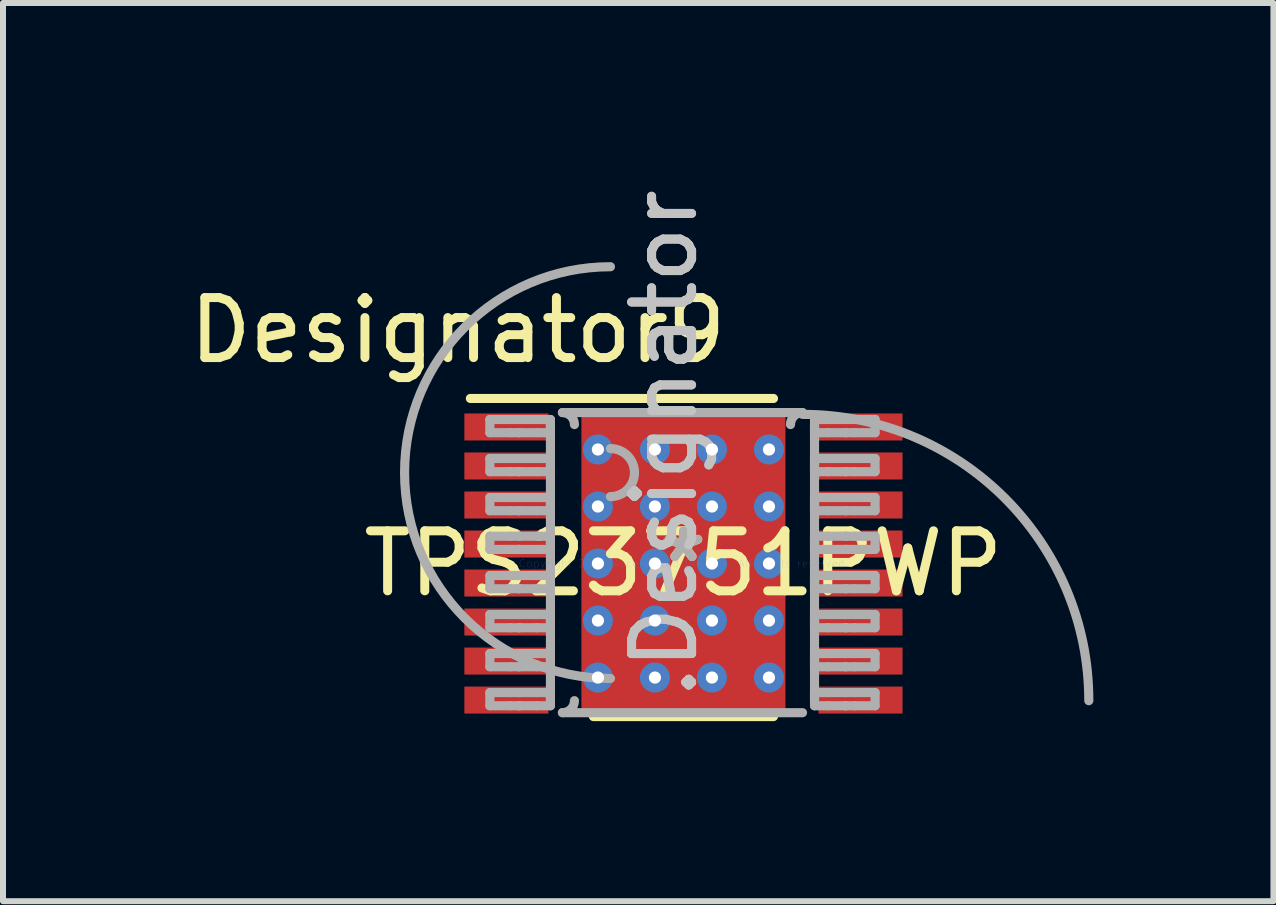
<source format=kicad_pcb>
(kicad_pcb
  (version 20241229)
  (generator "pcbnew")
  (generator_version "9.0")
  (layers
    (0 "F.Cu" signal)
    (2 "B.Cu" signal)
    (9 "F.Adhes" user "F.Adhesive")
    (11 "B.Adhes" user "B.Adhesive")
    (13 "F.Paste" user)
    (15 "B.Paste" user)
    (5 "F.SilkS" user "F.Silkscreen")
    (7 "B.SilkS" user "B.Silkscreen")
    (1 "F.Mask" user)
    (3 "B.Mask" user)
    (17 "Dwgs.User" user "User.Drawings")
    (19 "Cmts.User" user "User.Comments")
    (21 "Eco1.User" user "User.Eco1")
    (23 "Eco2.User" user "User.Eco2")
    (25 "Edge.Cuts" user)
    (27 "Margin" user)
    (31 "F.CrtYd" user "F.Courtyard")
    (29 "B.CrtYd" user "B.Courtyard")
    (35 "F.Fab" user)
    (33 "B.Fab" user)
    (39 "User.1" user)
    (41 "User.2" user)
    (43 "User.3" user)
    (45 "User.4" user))
  (footprint "TPS23751PWP"
    (layer "F.Cu")
    (at 8.337 6.339)
    (property "Reference" "TPS23751PWP" (at 0 0 0) (layer "F.SilkS") (effects (font (size 1 1) (thickness 0.15))))
    (attr through_hole)
    (fp_line (start -1.23 -1.726) (end -1.229 -1.735) (stroke (width 0.152) (type solid)) (layer "F.Mask"))
    (fp_line (start -1.23 1.726) (end -1.23 -1.726) (stroke (width 0.152) (type solid)) (layer "F.Mask"))
    (fp_line (start -1.229 -1.735) (end -1.226 -1.745) (stroke (width 0.152) (type solid)) (layer "F.Mask"))
    (fp_line (start -1.229 1.735) (end -1.23 1.726) (stroke (width 0.152) (type solid)) (layer "F.Mask"))
    (fp_line (start -1.226 -1.745) (end -1.222 -1.753) (stroke (width 0.152) (type solid)) (layer "F.Mask"))
    (fp_line (start -1.226 1.745) (end -1.229 1.735) (stroke (width 0.152) (type solid)) (layer "F.Mask"))
    (fp_line (start -1.222 -1.753) (end -1.216 -1.761) (stroke (width 0.152) (type solid)) (layer "F.Mask"))
    (fp_line (start -1.222 1.753) (end -1.226 1.745) (stroke (width 0.152) (type solid)) (layer "F.Mask"))
    (fp_line (start -1.216 -1.761) (end -1.208 -1.767) (stroke (width 0.152) (type solid)) (layer "F.Mask"))
    (fp_line (start -1.216 1.761) (end -1.222 1.753) (stroke (width 0.152) (type solid)) (layer "F.Mask"))
    (fp_line (start -1.208 -1.767) (end -1.2 -1.771) (stroke (width 0.152) (type solid)) (layer "F.Mask"))
    (fp_line (start -1.208 1.767) (end -1.216 1.761) (stroke (width 0.152) (type solid)) (layer "F.Mask"))
    (fp_line (start -1.2 -1.771) (end -1.19 -1.774) (stroke (width 0.152) (type solid)) (layer "F.Mask"))
    (fp_line (start -1.2 1.771) (end -1.208 1.767) (stroke (width 0.152) (type solid)) (layer "F.Mask"))
    (fp_line (start -1.19 -1.774) (end -1.181 -1.775) (stroke (width 0.152) (type solid)) (layer "F.Mask"))
    (fp_line (start -1.19 1.774) (end -1.2 1.771) (stroke (width 0.152) (type solid)) (layer "F.Mask"))
    (fp_line (start -1.181 -1.775) (end 1.181 -1.775) (stroke (width 0.152) (type solid)) (layer "F.Mask"))
    (fp_line (start -1.181 1.775) (end -1.19 1.774) (stroke (width 0.152) (type solid)) (layer "F.Mask"))
    (fp_line (start 1.181 -1.775) (end 1.19 -1.774) (stroke (width 0.152) (type solid)) (layer "F.Mask"))
    (fp_line (start 1.181 1.775) (end -1.181 1.775) (stroke (width 0.152) (type solid)) (layer "F.Mask"))
    (fp_line (start 1.19 -1.774) (end 1.2 -1.771) (stroke (width 0.152) (type solid)) (layer "F.Mask"))
    (fp_line (start 1.19 1.774) (end 1.181 1.775) (stroke (width 0.152) (type solid)) (layer "F.Mask"))
    (fp_line (start 1.2 -1.771) (end 1.208 -1.767) (stroke (width 0.152) (type solid)) (layer "F.Mask"))
    (fp_line (start 1.2 1.771) (end 1.19 1.774) (stroke (width 0.152) (type solid)) (layer "F.Mask"))
    (fp_line (start 1.208 -1.767) (end 1.216 -1.761) (stroke (width 0.152) (type solid)) (layer "F.Mask"))
    (fp_line (start 1.208 1.767) (end 1.2 1.771) (stroke (width 0.152) (type solid)) (layer "F.Mask"))
    (fp_line (start 1.216 -1.761) (end 1.222 -1.753) (stroke (width 0.152) (type solid)) (layer "F.Mask"))
    (fp_line (start 1.216 1.761) (end 1.208 1.767) (stroke (width 0.152) (type solid)) (layer "F.Mask"))
    (fp_line (start 1.222 -1.753) (end 1.226 -1.745) (stroke (width 0.152) (type solid)) (layer "F.Mask"))
    (fp_line (start 1.222 1.753) (end 1.216 1.761) (stroke (width 0.152) (type solid)) (layer "F.Mask"))
    (fp_line (start 1.226 -1.745) (end 1.229 -1.735) (stroke (width 0.152) (type solid)) (layer "F.Mask"))
    (fp_line (start 1.226 1.745) (end 1.222 1.753) (stroke (width 0.152) (type solid)) (layer "F.Mask"))
    (fp_line (start 1.229 -1.735) (end 1.23 -1.726) (stroke (width 0.152) (type solid)) (layer "F.Mask"))
    (fp_line (start 1.229 1.735) (end 1.226 1.745) (stroke (width 0.152) (type solid)) (layer "F.Mask"))
    (fp_line (start 1.23 -1.726) (end 1.23 1.726) (stroke (width 0.152) (type solid)) (layer "F.Mask"))
    (fp_line (start 1.23 1.726) (end 1.229 1.735) (stroke (width 0.152) (type solid)) (layer "F.Mask"))
    (fp_line (start -3.55 -2.75) (end 1.5 -2.75) (stroke (width 0.152) (type solid)) (layer "F.SilkS"))
    (fp_line (start -1.5 2.55) (end 1.5 2.55) (stroke (width 0.152) (type solid)) (layer "F.SilkS"))
    (fp_line (start -1.23 -1.726) (end -1.229 -1.735) (stroke (width 0.152) (type solid)) (layer "F.Paste"))
    (fp_line (start -1.23 1.726) (end -1.23 -1.726) (stroke (width 0.152) (type solid)) (layer "F.Paste"))
    (fp_line (start -1.229 -1.735) (end -1.226 -1.745) (stroke (width 0.152) (type solid)) (layer "F.Paste"))
    (fp_line (start -1.229 1.735) (end -1.23 1.726) (stroke (width 0.152) (type solid)) (layer "F.Paste"))
    (fp_line (start -1.226 -1.745) (end -1.222 -1.753) (stroke (width 0.152) (type solid)) (layer "F.Paste"))
    (fp_line (start -1.226 1.745) (end -1.229 1.735) (stroke (width 0.152) (type solid)) (layer "F.Paste"))
    (fp_line (start -1.222 -1.753) (end -1.216 -1.761) (stroke (width 0.152) (type solid)) (layer "F.Paste"))
    (fp_line (start -1.222 1.753) (end -1.226 1.745) (stroke (width 0.152) (type solid)) (layer "F.Paste"))
    (fp_line (start -1.216 -1.761) (end -1.208 -1.767) (stroke (width 0.152) (type solid)) (layer "F.Paste"))
    (fp_line (start -1.216 1.761) (end -1.222 1.753) (stroke (width 0.152) (type solid)) (layer "F.Paste"))
    (fp_line (start -1.208 -1.767) (end -1.2 -1.771) (stroke (width 0.152) (type solid)) (layer "F.Paste"))
    (fp_line (start -1.208 1.767) (end -1.216 1.761) (stroke (width 0.152) (type solid)) (layer "F.Paste"))
    (fp_line (start -1.2 -1.771) (end -1.19 -1.774) (stroke (width 0.152) (type solid)) (layer "F.Paste"))
    (fp_line (start -1.2 1.771) (end -1.208 1.767) (stroke (width 0.152) (type solid)) (layer "F.Paste"))
    (fp_line (start -1.19 -1.774) (end -1.181 -1.775) (stroke (width 0.152) (type solid)) (layer "F.Paste"))
    (fp_line (start -1.19 1.774) (end -1.2 1.771) (stroke (width 0.152) (type solid)) (layer "F.Paste"))
    (fp_line (start -1.181 -1.775) (end 1.181 -1.775) (stroke (width 0.152) (type solid)) (layer "F.Paste"))
    (fp_line (start -1.181 1.775) (end -1.19 1.774) (stroke (width 0.152) (type solid)) (layer "F.Paste"))
    (fp_line (start 1.181 -1.775) (end 1.19 -1.774) (stroke (width 0.152) (type solid)) (layer "F.Paste"))
    (fp_line (start 1.181 1.775) (end -1.181 1.775) (stroke (width 0.152) (type solid)) (layer "F.Paste"))
    (fp_line (start 1.19 -1.774) (end 1.2 -1.771) (stroke (width 0.152) (type solid)) (layer "F.Paste"))
    (fp_line (start 1.19 1.774) (end 1.181 1.775) (stroke (width 0.152) (type solid)) (layer "F.Paste"))
    (fp_line (start 1.2 -1.771) (end 1.208 -1.767) (stroke (width 0.152) (type solid)) (layer "F.Paste"))
    (fp_line (start 1.2 1.771) (end 1.19 1.774) (stroke (width 0.152) (type solid)) (layer "F.Paste"))
    (fp_line (start 1.208 -1.767) (end 1.216 -1.761) (stroke (width 0.152) (type solid)) (layer "F.Paste"))
    (fp_line (start 1.208 1.767) (end 1.2 1.771) (stroke (width 0.152) (type solid)) (layer "F.Paste"))
    (fp_line (start 1.216 -1.761) (end 1.222 -1.753) (stroke (width 0.152) (type solid)) (layer "F.Paste"))
    (fp_line (start 1.216 1.761) (end 1.208 1.767) (stroke (width 0.152) (type solid)) (layer "F.Paste"))
    (fp_line (start 1.222 -1.753) (end 1.226 -1.745) (stroke (width 0.152) (type solid)) (layer "F.Paste"))
    (fp_line (start 1.222 1.753) (end 1.216 1.761) (stroke (width 0.152) (type solid)) (layer "F.Paste"))
    (fp_line (start 1.226 -1.745) (end 1.229 -1.735) (stroke (width 0.152) (type solid)) (layer "F.Paste"))
    (fp_line (start 1.226 1.745) (end 1.222 1.753) (stroke (width 0.152) (type solid)) (layer "F.Paste"))
    (fp_line (start 1.229 -1.735) (end 1.23 -1.726) (stroke (width 0.152) (type solid)) (layer "F.Paste"))
    (fp_line (start 1.229 1.735) (end 1.226 1.745) (stroke (width 0.152) (type solid)) (layer "F.Paste"))
    (fp_line (start 1.23 -1.726) (end 1.23 1.726) (stroke (width 0.152) (type solid)) (layer "F.Paste"))
    (fp_line (start 1.23 1.726) (end 1.229 1.735) (stroke (width 0.152) (type solid)) (layer "F.Paste"))
    (fp_line (start -3.225 -2.4) (end -2.887 -2.4) (stroke (width 0.152) (type solid)) (layer "F.Fab"))
    (fp_line (start -3.225 -2.18) (end -3.225 -2.4) (stroke (width 0.152) (type solid)) (layer "F.Fab"))
    (fp_line (start -3.225 -2.18) (end -2.887 -2.18) (stroke (width 0.152) (type solid)) (layer "F.Fab"))
    (fp_line (start -3.225 -1.75) (end -2.887 -1.75) (stroke (width 0.152) (type solid)) (layer "F.Fab"))
    (fp_line (start -3.225 -1.53) (end -3.225 -1.75) (stroke (width 0.152) (type solid)) (layer "F.Fab"))
    (fp_line (start -3.225 -1.53) (end -2.887 -1.53) (stroke (width 0.152) (type solid)) (layer "F.Fab"))
    (fp_line (start -3.225 -1.1) (end -2.887 -1.1) (stroke (width 0.152) (type solid)) (layer "F.Fab"))
    (fp_line (start -3.225 -0.88) (end -3.225 -1.1) (stroke (width 0.152) (type solid)) (layer "F.Fab"))
    (fp_line (start -3.225 -0.88) (end -2.887 -0.88) (stroke (width 0.152) (type solid)) (layer "F.Fab"))
    (fp_line (start -3.225 -0.455) (end -2.887 -0.455) (stroke (width 0.152) (type solid)) (layer "F.Fab"))
    (fp_line (start -3.225 -0.235) (end -3.225 -0.455) (stroke (width 0.152) (type solid)) (layer "F.Fab"))
    (fp_line (start -3.225 -0.235) (end -2.887 -0.235) (stroke (width 0.152) (type solid)) (layer "F.Fab"))
    (fp_line (start -3.225 0.2) (end -2.887 0.2) (stroke (width 0.152) (type solid)) (layer "F.Fab"))
    (fp_line (start -3.225 0.42) (end -3.225 0.2) (stroke (width 0.152) (type solid)) (layer "F.Fab"))
    (fp_line (start -3.225 0.42) (end -2.887 0.42) (stroke (width 0.152) (type solid)) (layer "F.Fab"))
    (fp_line (start -3.225 0.85) (end -2.887 0.85) (stroke (width 0.152) (type solid)) (layer "F.Fab"))
    (fp_line (start -3.225 1.07) (end -3.225 0.85) (stroke (width 0.152) (type solid)) (layer "F.Fab"))
    (fp_line (start -3.225 1.07) (end -2.887 1.07) (stroke (width 0.152) (type solid)) (layer "F.Fab"))
    (fp_line (start -3.225 1.5) (end -2.887 1.5) (stroke (width 0.152) (type solid)) (layer "F.Fab"))
    (fp_line (start -3.225 1.72) (end -3.225 1.5) (stroke (width 0.152) (type solid)) (layer "F.Fab"))
    (fp_line (start -3.225 1.72) (end -2.887 1.72) (stroke (width 0.152) (type solid)) (layer "F.Fab"))
    (fp_line (start -3.225 2.15) (end -2.887 2.15) (stroke (width 0.152) (type solid)) (layer "F.Fab"))
    (fp_line (start -3.225 2.37) (end -3.225 2.15) (stroke (width 0.152) (type solid)) (layer "F.Fab"))
    (fp_line (start -3.225 2.37) (end -2.887 2.37) (stroke (width 0.152) (type solid)) (layer "F.Fab"))
    (fp_line (start -2.887 -2.4) (end -2.739 -2.4) (stroke (width 0.152) (type solid)) (layer "F.Fab"))
    (fp_line (start -2.887 -2.18) (end -2.739 -2.18) (stroke (width 0.152) (type solid)) (layer "F.Fab"))
    (fp_line (start -2.887 -1.75) (end -2.739 -1.75) (stroke (width 0.152) (type solid)) (layer "F.Fab"))
    (fp_line (start -2.887 -1.53) (end -2.739 -1.53) (stroke (width 0.152) (type solid)) (layer "F.Fab"))
    (fp_line (start -2.887 -1.1) (end -2.739 -1.1) (stroke (width 0.152) (type solid)) (layer "F.Fab"))
    (fp_line (start -2.887 -0.88) (end -2.739 -0.88) (stroke (width 0.152) (type solid)) (layer "F.Fab"))
    (fp_line (start -2.887 -0.455) (end -2.739 -0.455) (stroke (width 0.152) (type solid)) (layer "F.Fab"))
    (fp_line (start -2.887 -0.235) (end -2.739 -0.235) (stroke (width 0.152) (type solid)) (layer "F.Fab"))
    (fp_line (start -2.887 0.2) (end -2.739 0.2) (stroke (width 0.152) (type solid)) (layer "F.Fab"))
    (fp_line (start -2.887 0.42) (end -2.739 0.42) (stroke (width 0.152) (type solid)) (layer "F.Fab"))
    (fp_line (start -2.887 0.85) (end -2.739 0.85) (stroke (width 0.152) (type solid)) (layer "F.Fab"))
    (fp_line (start -2.887 1.07) (end -2.739 1.07) (stroke (width 0.152) (type solid)) (layer "F.Fab"))
    (fp_line (start -2.887 1.5) (end -2.739 1.5) (stroke (width 0.152) (type solid)) (layer "F.Fab"))
    (fp_line (start -2.887 1.72) (end -2.739 1.72) (stroke (width 0.152) (type solid)) (layer "F.Fab"))
    (fp_line (start -2.887 2.15) (end -2.739 2.15) (stroke (width 0.152) (type solid)) (layer "F.Fab"))
    (fp_line (start -2.887 2.37) (end -2.739 2.37) (stroke (width 0.152) (type solid)) (layer "F.Fab"))
    (fp_line (start -2.739 -2.4) (end -2.73 -2.4) (stroke (width 0.152) (type solid)) (layer "F.Fab"))
    (fp_line (start -2.739 -2.18) (end -2.73 -2.18) (stroke (width 0.152) (type solid)) (layer "F.Fab"))
    (fp_line (start -2.739 -1.75) (end -2.73 -1.75) (stroke (width 0.152) (type solid)) (layer "F.Fab"))
    (fp_line (start -2.739 -1.53) (end -2.73 -1.53) (stroke (width 0.152) (type solid)) (layer "F.Fab"))
    (fp_line (start -2.739 -1.1) (end -2.73 -1.1) (stroke (width 0.152) (type solid)) (layer "F.Fab"))
    (fp_line (start -2.739 -0.88) (end -2.73 -0.88) (stroke (width 0.152) (type solid)) (layer "F.Fab"))
    (fp_line (start -2.739 -0.455) (end -2.73 -0.455) (stroke (width 0.152) (type solid)) (layer "F.Fab"))
    (fp_line (start -2.739 -0.235) (end -2.73 -0.235) (stroke (width 0.152) (type solid)) (layer "F.Fab"))
    (fp_line (start -2.739 0.2) (end -2.73 0.2) (stroke (width 0.152) (type solid)) (layer "F.Fab"))
    (fp_line (start -2.739 0.42) (end -2.73 0.42) (stroke (width 0.152) (type solid)) (layer "F.Fab"))
    (fp_line (start -2.739 0.85) (end -2.73 0.85) (stroke (width 0.152) (type solid)) (layer "F.Fab"))
    (fp_line (start -2.739 1.07) (end -2.73 1.07) (stroke (width 0.152) (type solid)) (layer "F.Fab"))
    (fp_line (start -2.739 1.5) (end -2.73 1.5) (stroke (width 0.152) (type solid)) (layer "F.Fab"))
    (fp_line (start -2.739 1.72) (end -2.73 1.72) (stroke (width 0.152) (type solid)) (layer "F.Fab"))
    (fp_line (start -2.739 2.15) (end -2.73 2.15) (stroke (width 0.152) (type solid)) (layer "F.Fab"))
    (fp_line (start -2.739 2.37) (end -2.73 2.37) (stroke (width 0.152) (type solid)) (layer "F.Fab"))
    (fp_line (start -2.73 -2.4) (end -2.446 -2.4) (stroke (width 0.152) (type solid)) (layer "F.Fab"))
    (fp_line (start -2.73 -2.18) (end -2.446 -2.18) (stroke (width 0.152) (type solid)) (layer "F.Fab"))
    (fp_line (start -2.73 -1.75) (end -2.446 -1.75) (stroke (width 0.152) (type solid)) (layer "F.Fab"))
    (fp_line (start -2.73 -1.53) (end -2.446 -1.53) (stroke (width 0.152) (type solid)) (layer "F.Fab"))
    (fp_line (start -2.73 -1.1) (end -2.446 -1.1) (stroke (width 0.152) (type solid)) (layer "F.Fab"))
    (fp_line (start -2.73 -0.88) (end -2.446 -0.88) (stroke (width 0.152) (type solid)) (layer "F.Fab"))
    (fp_line (start -2.73 -0.455) (end -2.446 -0.455) (stroke (width 0.152) (type solid)) (layer "F.Fab"))
    (fp_line (start -2.73 -0.235) (end -2.446 -0.235) (stroke (width 0.152) (type solid)) (layer "F.Fab"))
    (fp_line (start -2.73 0.2) (end -2.446 0.2) (stroke (width 0.152) (type solid)) (layer "F.Fab"))
    (fp_line (start -2.73 0.42) (end -2.446 0.42) (stroke (width 0.152) (type solid)) (layer "F.Fab"))
    (fp_line (start -2.73 0.85) (end -2.446 0.85) (stroke (width 0.152) (type solid)) (layer "F.Fab"))
    (fp_line (start -2.73 1.07) (end -2.446 1.07) (stroke (width 0.152) (type solid)) (layer "F.Fab"))
    (fp_line (start -2.73 1.5) (end -2.446 1.5) (stroke (width 0.152) (type solid)) (layer "F.Fab"))
    (fp_line (start -2.73 1.72) (end -2.446 1.72) (stroke (width 0.152) (type solid)) (layer "F.Fab"))
    (fp_line (start -2.73 2.15) (end -2.446 2.15) (stroke (width 0.152) (type solid)) (layer "F.Fab"))
    (fp_line (start -2.73 2.37) (end -2.446 2.37) (stroke (width 0.152) (type solid)) (layer "F.Fab"))
    (fp_line (start -2.446 -2.4) (end -2.216 -2.4) (stroke (width 0.152) (type solid)) (layer "F.Fab"))
    (fp_line (start -2.446 -2.18) (end -2.216 -2.18) (stroke (width 0.152) (type solid)) (layer "F.Fab"))
    (fp_line (start -2.446 -1.75) (end -2.216 -1.75) (stroke (width 0.152) (type solid)) (layer "F.Fab"))
    (fp_line (start -2.446 -1.53) (end -2.216 -1.53) (stroke (width 0.152) (type solid)) (layer "F.Fab"))
    (fp_line (start -2.446 -1.1) (end -2.216 -1.1) (stroke (width 0.152) (type solid)) (layer "F.Fab"))
    (fp_line (start -2.446 -0.88) (end -2.216 -0.88) (stroke (width 0.152) (type solid)) (layer "F.Fab"))
    (fp_line (start -2.446 -0.455) (end -2.216 -0.455) (stroke (width 0.152) (type solid)) (layer "F.Fab"))
    (fp_line (start -2.446 -0.235) (end -2.216 -0.235) (stroke (width 0.152) (type solid)) (layer "F.Fab"))
    (fp_line (start -2.446 0.2) (end -2.216 0.2) (stroke (width 0.152) (type solid)) (layer "F.Fab"))
    (fp_line (start -2.446 0.42) (end -2.216 0.42) (stroke (width 0.152) (type solid)) (layer "F.Fab"))
    (fp_line (start -2.446 0.85) (end -2.216 0.85) (stroke (width 0.152) (type solid)) (layer "F.Fab"))
    (fp_line (start -2.446 1.07) (end -2.216 1.07) (stroke (width 0.152) (type solid)) (layer "F.Fab"))
    (fp_line (start -2.446 1.5) (end -2.216 1.5) (stroke (width 0.152) (type solid)) (layer "F.Fab"))
    (fp_line (start -2.446 1.72) (end -2.216 1.72) (stroke (width 0.152) (type solid)) (layer "F.Fab"))
    (fp_line (start -2.446 2.15) (end -2.216 2.15) (stroke (width 0.152) (type solid)) (layer "F.Fab"))
    (fp_line (start -2.446 2.37) (end -2.216 2.37) (stroke (width 0.152) (type solid)) (layer "F.Fab"))
    (fp_line (start -2.216 -2.18) (end -2.216 -2.4) (stroke (width 0.152) (type solid)) (layer "F.Fab"))
    (fp_line (start -2.216 -1.53) (end -2.216 -1.75) (stroke (width 0.152) (type solid)) (layer "F.Fab"))
    (fp_line (start -2.216 -0.88) (end -2.216 -1.1) (stroke (width 0.152) (type solid)) (layer "F.Fab"))
    (fp_line (start -2.216 -0.235) (end -2.216 -0.455) (stroke (width 0.152) (type solid)) (layer "F.Fab"))
    (fp_line (start -2.216 0.42) (end -2.216 0.2) (stroke (width 0.152) (type solid)) (layer "F.Fab"))
    (fp_line (start -2.216 1.07) (end -2.216 0.85) (stroke (width 0.152) (type solid)) (layer "F.Fab"))
    (fp_line (start -2.216 1.72) (end -2.216 1.5) (stroke (width 0.152) (type solid)) (layer "F.Fab"))
    (fp_line (start -2.216 2.285) (end -2.216 -2.315) (stroke (width 0.152) (type solid)) (layer "F.Fab"))
    (fp_line (start -2.216 2.37) (end -2.216 2.15) (stroke (width 0.152) (type solid)) (layer "F.Fab"))
    (fp_line (start -2.016 -2.515) (end 1.984 -2.515) (stroke (width 0.152) (type solid)) (layer "F.Fab"))
    (fp_line (start -2.016 2.485) (end 1.984 2.485) (stroke (width 0.152) (type solid)) (layer "F.Fab"))
    (fp_line (start 2.184 -2.4) (end 2.413 -2.4) (stroke (width 0.152) (type solid)) (layer "F.Fab"))
    (fp_line (start 2.184 -2.18) (end 2.184 -2.4) (stroke (width 0.152) (type solid)) (layer "F.Fab"))
    (fp_line (start 2.184 -2.18) (end 2.413 -2.18) (stroke (width 0.152) (type solid)) (layer "F.Fab"))
    (fp_line (start 2.184 -1.75) (end 2.413 -1.75) (stroke (width 0.152) (type solid)) (layer "F.Fab"))
    (fp_line (start 2.184 -1.53) (end 2.184 -1.75) (stroke (width 0.152) (type solid)) (layer "F.Fab"))
    (fp_line (start 2.184 -1.53) (end 2.413 -1.53) (stroke (width 0.152) (type solid)) (layer "F.Fab"))
    (fp_line (start 2.184 -1.1) (end 2.413 -1.1) (stroke (width 0.152) (type solid)) (layer "F.Fab"))
    (fp_line (start 2.184 -0.88) (end 2.184 -1.1) (stroke (width 0.152) (type solid)) (layer "F.Fab"))
    (fp_line (start 2.184 -0.88) (end 2.413 -0.88) (stroke (width 0.152) (type solid)) (layer "F.Fab"))
    (fp_line (start 2.184 -0.455) (end 2.413 -0.455) (stroke (width 0.152) (type solid)) (layer "F.Fab"))
    (fp_line (start 2.184 -0.235) (end 2.184 -0.455) (stroke (width 0.152) (type solid)) (layer "F.Fab"))
    (fp_line (start 2.184 -0.235) (end 2.413 -0.235) (stroke (width 0.152) (type solid)) (layer "F.Fab"))
    (fp_line (start 2.184 0.2) (end 2.413 0.2) (stroke (width 0.152) (type solid)) (layer "F.Fab"))
    (fp_line (start 2.184 0.42) (end 2.184 0.2) (stroke (width 0.152) (type solid)) (layer "F.Fab"))
    (fp_line (start 2.184 0.42) (end 2.413 0.42) (stroke (width 0.152) (type solid)) (layer "F.Fab"))
    (fp_line (start 2.184 0.85) (end 2.413 0.85) (stroke (width 0.152) (type solid)) (layer "F.Fab"))
    (fp_line (start 2.184 1.07) (end 2.184 0.85) (stroke (width 0.152) (type solid)) (layer "F.Fab"))
    (fp_line (start 2.184 1.07) (end 2.413 1.07) (stroke (width 0.152) (type solid)) (layer "F.Fab"))
    (fp_line (start 2.184 1.5) (end 2.413 1.5) (stroke (width 0.152) (type solid)) (layer "F.Fab"))
    (fp_line (start 2.184 1.72) (end 2.184 1.5) (stroke (width 0.152) (type solid)) (layer "F.Fab"))
    (fp_line (start 2.184 1.72) (end 2.413 1.72) (stroke (width 0.152) (type solid)) (layer "F.Fab"))
    (fp_line (start 2.184 2.15) (end 2.413 2.15) (stroke (width 0.152) (type solid)) (layer "F.Fab"))
    (fp_line (start 2.184 2.285) (end 2.184 -2.315) (stroke (width 0.152) (type solid)) (layer "F.Fab"))
    (fp_line (start 2.184 2.37) (end 2.184 2.15) (stroke (width 0.152) (type solid)) (layer "F.Fab"))
    (fp_line (start 2.184 2.37) (end 2.413 2.37) (stroke (width 0.152) (type solid)) (layer "F.Fab"))
    (fp_line (start 2.413 -2.4) (end 2.698 -2.4) (stroke (width 0.152) (type solid)) (layer "F.Fab"))
    (fp_line (start 2.413 -2.18) (end 2.698 -2.18) (stroke (width 0.152) (type solid)) (layer "F.Fab"))
    (fp_line (start 2.413 -1.75) (end 2.698 -1.75) (stroke (width 0.152) (type solid)) (layer "F.Fab"))
    (fp_line (start 2.413 -1.53) (end 2.698 -1.53) (stroke (width 0.152) (type solid)) (layer "F.Fab"))
    (fp_line (start 2.413 -1.1) (end 2.698 -1.1) (stroke (width 0.152) (type solid)) (layer "F.Fab"))
    (fp_line (start 2.413 -0.88) (end 2.698 -0.88) (stroke (width 0.152) (type solid)) (layer "F.Fab"))
    (fp_line (start 2.413 -0.455) (end 2.698 -0.455) (stroke (width 0.152) (type solid)) (layer "F.Fab"))
    (fp_line (start 2.413 -0.235) (end 2.698 -0.235) (stroke (width 0.152) (type solid)) (layer "F.Fab"))
    (fp_line (start 2.413 0.2) (end 2.698 0.2) (stroke (width 0.152) (type solid)) (layer "F.Fab"))
    (fp_line (start 2.413 0.42) (end 2.698 0.42) (stroke (width 0.152) (type solid)) (layer "F.Fab"))
    (fp_line (start 2.413 0.85) (end 2.698 0.85) (stroke (width 0.152) (type solid)) (layer "F.Fab"))
    (fp_line (start 2.413 1.07) (end 2.698 1.07) (stroke (width 0.152) (type solid)) (layer "F.Fab"))
    (fp_line (start 2.413 1.5) (end 2.698 1.5) (stroke (width 0.152) (type solid)) (layer "F.Fab"))
    (fp_line (start 2.413 1.72) (end 2.698 1.72) (stroke (width 0.152) (type solid)) (layer "F.Fab"))
    (fp_line (start 2.413 2.15) (end 2.698 2.15) (stroke (width 0.152) (type solid)) (layer "F.Fab"))
    (fp_line (start 2.413 2.37) (end 2.698 2.37) (stroke (width 0.152) (type solid)) (layer "F.Fab"))
    (fp_line (start 2.698 -2.4) (end 2.707 -2.4) (stroke (width 0.152) (type solid)) (layer "F.Fab"))
    (fp_line (start 2.698 -2.18) (end 2.707 -2.18) (stroke (width 0.152) (type solid)) (layer "F.Fab"))
    (fp_line (start 2.698 -1.75) (end 2.707 -1.75) (stroke (width 0.152) (type solid)) (layer "F.Fab"))
    (fp_line (start 2.698 -1.53) (end 2.707 -1.53) (stroke (width 0.152) (type solid)) (layer "F.Fab"))
    (fp_line (start 2.698 -1.1) (end 2.707 -1.1) (stroke (width 0.152) (type solid)) (layer "F.Fab"))
    (fp_line (start 2.698 -0.88) (end 2.707 -0.88) (stroke (width 0.152) (type solid)) (layer "F.Fab"))
    (fp_line (start 2.698 -0.455) (end 2.707 -0.455) (stroke (width 0.152) (type solid)) (layer "F.Fab"))
    (fp_line (start 2.698 -0.235) (end 2.707 -0.235) (stroke (width 0.152) (type solid)) (layer "F.Fab"))
    (fp_line (start 2.698 0.2) (end 2.707 0.2) (stroke (width 0.152) (type solid)) (layer "F.Fab"))
    (fp_line (start 2.698 0.42) (end 2.707 0.42) (stroke (width 0.152) (type solid)) (layer "F.Fab"))
    (fp_line (start 2.698 0.85) (end 2.707 0.85) (stroke (width 0.152) (type solid)) (layer "F.Fab"))
    (fp_line (start 2.698 1.07) (end 2.707 1.07) (stroke (width 0.152) (type solid)) (layer "F.Fab"))
    (fp_line (start 2.698 1.5) (end 2.707 1.5) (stroke (width 0.152) (type solid)) (layer "F.Fab"))
    (fp_line (start 2.698 1.72) (end 2.707 1.72) (stroke (width 0.152) (type solid)) (layer "F.Fab"))
    (fp_line (start 2.698 2.15) (end 2.707 2.15) (stroke (width 0.152) (type solid)) (layer "F.Fab"))
    (fp_line (start 2.698 2.37) (end 2.707 2.37) (stroke (width 0.152) (type solid)) (layer "F.Fab"))
    (fp_line (start 2.707 -2.4) (end 2.854 -2.4) (stroke (width 0.152) (type solid)) (layer "F.Fab"))
    (fp_line (start 2.707 -2.18) (end 2.854 -2.18) (stroke (width 0.152) (type solid)) (layer "F.Fab"))
    (fp_line (start 2.707 -1.75) (end 2.854 -1.75) (stroke (width 0.152) (type solid)) (layer "F.Fab"))
    (fp_line (start 2.707 -1.53) (end 2.854 -1.53) (stroke (width 0.152) (type solid)) (layer "F.Fab"))
    (fp_line (start 2.707 -1.1) (end 2.854 -1.1) (stroke (width 0.152) (type solid)) (layer "F.Fab"))
    (fp_line (start 2.707 -0.88) (end 2.854 -0.88) (stroke (width 0.152) (type solid)) (layer "F.Fab"))
    (fp_line (start 2.707 -0.455) (end 2.854 -0.455) (stroke (width 0.152) (type solid)) (layer "F.Fab"))
    (fp_line (start 2.707 -0.235) (end 2.854 -0.235) (stroke (width 0.152) (type solid)) (layer "F.Fab"))
    (fp_line (start 2.707 0.2) (end 2.854 0.2) (stroke (width 0.152) (type solid)) (layer "F.Fab"))
    (fp_line (start 2.707 0.42) (end 2.854 0.42) (stroke (width 0.152) (type solid)) (layer "F.Fab"))
    (fp_line (start 2.707 0.85) (end 2.854 0.85) (stroke (width 0.152) (type solid)) (layer "F.Fab"))
    (fp_line (start 2.707 1.07) (end 2.854 1.07) (stroke (width 0.152) (type solid)) (layer "F.Fab"))
    (fp_line (start 2.707 1.5) (end 2.854 1.5) (stroke (width 0.152) (type solid)) (layer "F.Fab"))
    (fp_line (start 2.707 1.72) (end 2.854 1.72) (stroke (width 0.152) (type solid)) (layer "F.Fab"))
    (fp_line (start 2.707 2.15) (end 2.854 2.15) (stroke (width 0.152) (type solid)) (layer "F.Fab"))
    (fp_line (start 2.707 2.37) (end 2.854 2.37) (stroke (width 0.152) (type solid)) (layer "F.Fab"))
    (fp_line (start 2.854 -2.4) (end 3.193 -2.4) (stroke (width 0.152) (type solid)) (layer "F.Fab"))
    (fp_line (start 2.854 -2.18) (end 3.193 -2.18) (stroke (width 0.152) (type solid)) (layer "F.Fab"))
    (fp_line (start 2.854 -1.75) (end 3.193 -1.75) (stroke (width 0.152) (type solid)) (layer "F.Fab"))
    (fp_line (start 2.854 -1.53) (end 3.193 -1.53) (stroke (width 0.152) (type solid)) (layer "F.Fab"))
    (fp_line (start 2.854 -1.1) (end 3.193 -1.1) (stroke (width 0.152) (type solid)) (layer "F.Fab"))
    (fp_line (start 2.854 -0.88) (end 3.193 -0.88) (stroke (width 0.152) (type solid)) (layer "F.Fab"))
    (fp_line (start 2.854 -0.455) (end 3.193 -0.455) (stroke (width 0.152) (type solid)) (layer "F.Fab"))
    (fp_line (start 2.854 -0.235) (end 3.193 -0.235) (stroke (width 0.152) (type solid)) (layer "F.Fab"))
    (fp_line (start 2.854 0.2) (end 3.193 0.2) (stroke (width 0.152) (type solid)) (layer "F.Fab"))
    (fp_line (start 2.854 0.42) (end 3.193 0.42) (stroke (width 0.152) (type solid)) (layer "F.Fab"))
    (fp_line (start 2.854 0.85) (end 3.193 0.85) (stroke (width 0.152) (type solid)) (layer "F.Fab"))
    (fp_line (start 2.854 1.07) (end 3.193 1.07) (stroke (width 0.152) (type solid)) (layer "F.Fab"))
    (fp_line (start 2.854 1.5) (end 3.193 1.5) (stroke (width 0.152) (type solid)) (layer "F.Fab"))
    (fp_line (start 2.854 1.72) (end 3.193 1.72) (stroke (width 0.152) (type solid)) (layer "F.Fab"))
    (fp_line (start 2.854 2.15) (end 3.193 2.15) (stroke (width 0.152) (type solid)) (layer "F.Fab"))
    (fp_line (start 2.854 2.37) (end 3.193 2.37) (stroke (width 0.152) (type solid)) (layer "F.Fab"))
    (fp_line (start 3.193 -2.18) (end 3.193 -2.4) (stroke (width 0.152) (type solid)) (layer "F.Fab"))
    (fp_line (start 3.193 -1.53) (end 3.193 -1.75) (stroke (width 0.152) (type solid)) (layer "F.Fab"))
    (fp_line (start 3.193 -0.88) (end 3.193 -1.1) (stroke (width 0.152) (type solid)) (layer "F.Fab"))
    (fp_line (start 3.193 -0.235) (end 3.193 -0.455) (stroke (width 0.152) (type solid)) (layer "F.Fab"))
    (fp_line (start 3.193 0.42) (end 3.193 0.2) (stroke (width 0.152) (type solid)) (layer "F.Fab"))
    (fp_line (start 3.193 1.07) (end 3.193 0.85) (stroke (width 0.152) (type solid)) (layer "F.Fab"))
    (fp_line (start 3.193 1.72) (end 3.193 1.5) (stroke (width 0.152) (type solid)) (layer "F.Fab"))
    (fp_line (start 3.193 2.37) (end 3.193 2.15) (stroke (width 0.152) (type solid)) (layer "F.Fab"))
    (fp_arc (start -2.016138 -2.514986) (mid -1.874717 -2.456407) (end -1.816138 -2.314986) (stroke (width 0.1524) (type solid)) (layer "F.Fab"))
    (fp_arc (start -1.816138 2.285004) (mid -1.874717 2.426425) (end -2.016138 2.485004) (stroke (width 0.1524) (type solid)) (layer "F.Fab"))
    (fp_arc (start -1.216139 -1.914987) (mid -0.81614 -1.514988) (end -1.216139 -1.114989) (stroke (width 0.1524) (type solid)) (layer "F.Fab"))
    (fp_arc (start -1.216139 1.914987) (mid -4.646114 -1.514988) (end -1.216139 -4.944963) (stroke (width 0.1524) (type solid)) (layer "F.Fab"))
    (fp_arc (start 1.783855 -2.314986) (mid 1.842433 -2.456407) (end 1.983854 -2.514985) (stroke (width 0.1524) (type solid)) (layer "F.Fab"))
    (fp_arc (start 1.983854 -2.485004) (mid 5.356759 -1.087901) (end 6.753862 2.285004) (stroke (width 0.1524) (type solid)) (layer "F.Fab"))
    (fp_text user "Designator9" (at -3.759 -3.886 0) (layer "F.SilkS") (effects (font (size 1 1) (thickness 0.15))))
    (fp_text user "*" (at 0 0 0) (layer "F.SilkS") (effects (font (size 1 1) (thickness 0.15))))
    (fp_text user ".Designator" (at -0.319 -2 270) (layer "Dwgs.User") (effects (font (size 1 1) (thickness 0.15))))
    (fp_text user "Copyright 2016 Accelerated Designs. All rights reserved." (at 0 0 0) (layer "Cmts.User") (effects (font (size 0.127 0.127) (thickness 0.002))))
    (fp_text user "*" (at 0 0 0) (layer "F.Fab") (effects (font (size 1 1) (thickness 0.15))))
    (fp_text user ".Designator" (at -0.319 -2 270) (layer "F.Fab") (effects (font (size 1 1) (thickness 0.15))))
    (pad "1" smd rect (at -2.95 -2.275 90) (size 0.45 1.4) (layers "F.Cu" "F.Mask" "F.Paste"))
    (pad "2" smd rect (at -2.95 -1.625 90) (size 0.45 1.4) (layers "F.Cu" "F.Mask" "F.Paste"))
    (pad "3" smd rect (at -2.95 -0.975 90) (size 0.45 1.4) (layers "F.Cu" "F.Mask" "F.Paste"))
    (pad "4" smd rect (at -2.95 -0.325 90) (size 0.45 1.4) (layers "F.Cu" "F.Mask" "F.Paste"))
    (pad "5" smd rect (at -2.95 0.325 90) (size 0.45 1.4) (layers "F.Cu" "F.Mask" "F.Paste"))
    (pad "6" smd rect (at -2.95 0.975 90) (size 0.45 1.4) (layers "F.Cu" "F.Mask" "F.Paste"))
    (pad "7" smd rect (at -2.95 1.625 90) (size 0.45 1.4) (layers "F.Cu" "F.Mask" "F.Paste"))
    (pad "8" smd rect (at -2.95 2.275 90) (size 0.45 1.4) (layers "F.Cu" "F.Mask" "F.Paste"))
    (pad "9" smd rect (at 2.95 2.275 90) (size 0.45 1.4) (layers "F.Cu" "F.Mask" "F.Paste"))
    (pad "10" smd rect (at 2.95 1.625 90) (size 0.45 1.4) (layers "F.Cu" "F.Mask" "F.Paste"))
    (pad "11" smd rect (at 2.95 0.975 90) (size 0.45 1.4) (layers "F.Cu" "F.Mask" "F.Paste"))
    (pad "12" smd rect (at 2.95 0.325 90) (size 0.45 1.4) (layers "F.Cu" "F.Mask" "F.Paste"))
    (pad "13" smd rect (at 2.95 -0.325 90) (size 0.45 1.4) (layers "F.Cu" "F.Mask" "F.Paste"))
    (pad "14" smd rect (at 2.95 -0.975 90) (size 0.45 1.4) (layers "F.Cu" "F.Mask" "F.Paste"))
    (pad "15" smd rect (at 2.95 -1.625 90) (size 0.45 1.4) (layers "F.Cu" "F.Mask" "F.Paste"))
    (pad "16" smd rect (at 2.95 -2.275 90) (size 0.45 1.4) (layers "F.Cu" "F.Mask" "F.Paste"))
    (pad "17" smd rect (at 0 0) (size 3.4 5) (layers "F.Cu" "F.Mask" "F.Paste"))
    (pad "V" thru_hole circle (at -1.425 -1.9) (size 0.5 0.5) (drill 0.203) (layers "*.Cu" "*.Mask"))
    (pad "V" thru_hole circle (at -1.425 -0.95) (size 0.5 0.5) (drill 0.203) (layers "*.Cu" "*.Mask"))
    (pad "V" thru_hole circle (at -1.425 0) (size 0.5 0.5) (drill 0.203) (layers "*.Cu" "*.Mask"))
    (pad "V" thru_hole circle (at -1.425 0.95) (size 0.5 0.5) (drill 0.203) (layers "*.Cu" "*.Mask"))
    (pad "V" thru_hole circle (at -1.425 1.9) (size 0.5 0.5) (drill 0.203) (layers "*.Cu" "*.Mask"))
    (pad "V" thru_hole circle (at -0.475 -1.9) (size 0.5 0.5) (drill 0.203) (layers "*.Cu" "*.Mask"))
    (pad "V" thru_hole circle (at -0.475 -0.95) (size 0.5 0.5) (drill 0.203) (layers "*.Cu" "*.Mask"))
    (pad "V" thru_hole circle (at -0.475 0) (size 0.5 0.5) (drill 0.203) (layers "*.Cu" "*.Mask"))
    (pad "V" thru_hole circle (at -0.475 0.95) (size 0.5 0.5) (drill 0.203) (layers "*.Cu" "*.Mask"))
    (pad "V" thru_hole circle (at -0.475 1.9) (size 0.5 0.5) (drill 0.203) (layers "*.Cu" "*.Mask"))
    (pad "V" thru_hole circle (at 0.475 -1.9) (size 0.5 0.5) (drill 0.203) (layers "*.Cu" "*.Mask"))
    (pad "V" thru_hole circle (at 0.475 -0.95) (size 0.5 0.5) (drill 0.203) (layers "*.Cu" "*.Mask"))
    (pad "V" thru_hole circle (at 0.475 0) (size 0.5 0.5) (drill 0.203) (layers "*.Cu" "*.Mask"))
    (pad "V" thru_hole circle (at 0.475 0.95) (size 0.5 0.5) (drill 0.203) (layers "*.Cu" "*.Mask"))
    (pad "V" thru_hole circle (at 0.475 1.9) (size 0.5 0.5) (drill 0.203) (layers "*.Cu" "*.Mask"))
    (pad "V" thru_hole circle (at 1.425 -1.9) (size 0.5 0.5) (drill 0.203) (layers "*.Cu" "*.Mask"))
    (pad "V" thru_hole circle (at 1.425 -0.95) (size 0.5 0.5) (drill 0.203) (layers "*.Cu" "*.Mask"))
    (pad "V" thru_hole circle (at 1.425 0) (size 0.5 0.5) (drill 0.203) (layers "*.Cu" "*.Mask"))
    (pad "V" thru_hole circle (at 1.425 0.95) (size 0.5 0.5) (drill 0.203) (layers "*.Cu" "*.Mask"))
    (pad "V" thru_hole circle (at 1.425 1.9) (size 0.5 0.5) (drill 0.203) (layers "*.Cu" "*.Mask")))
  (gr_rect
    (start -3 -3)
    (end 18.167 11.965)
    (stroke (width 0.1) (type default))
    (fill no)
    (layer "Edge.Cuts")))
</source>
